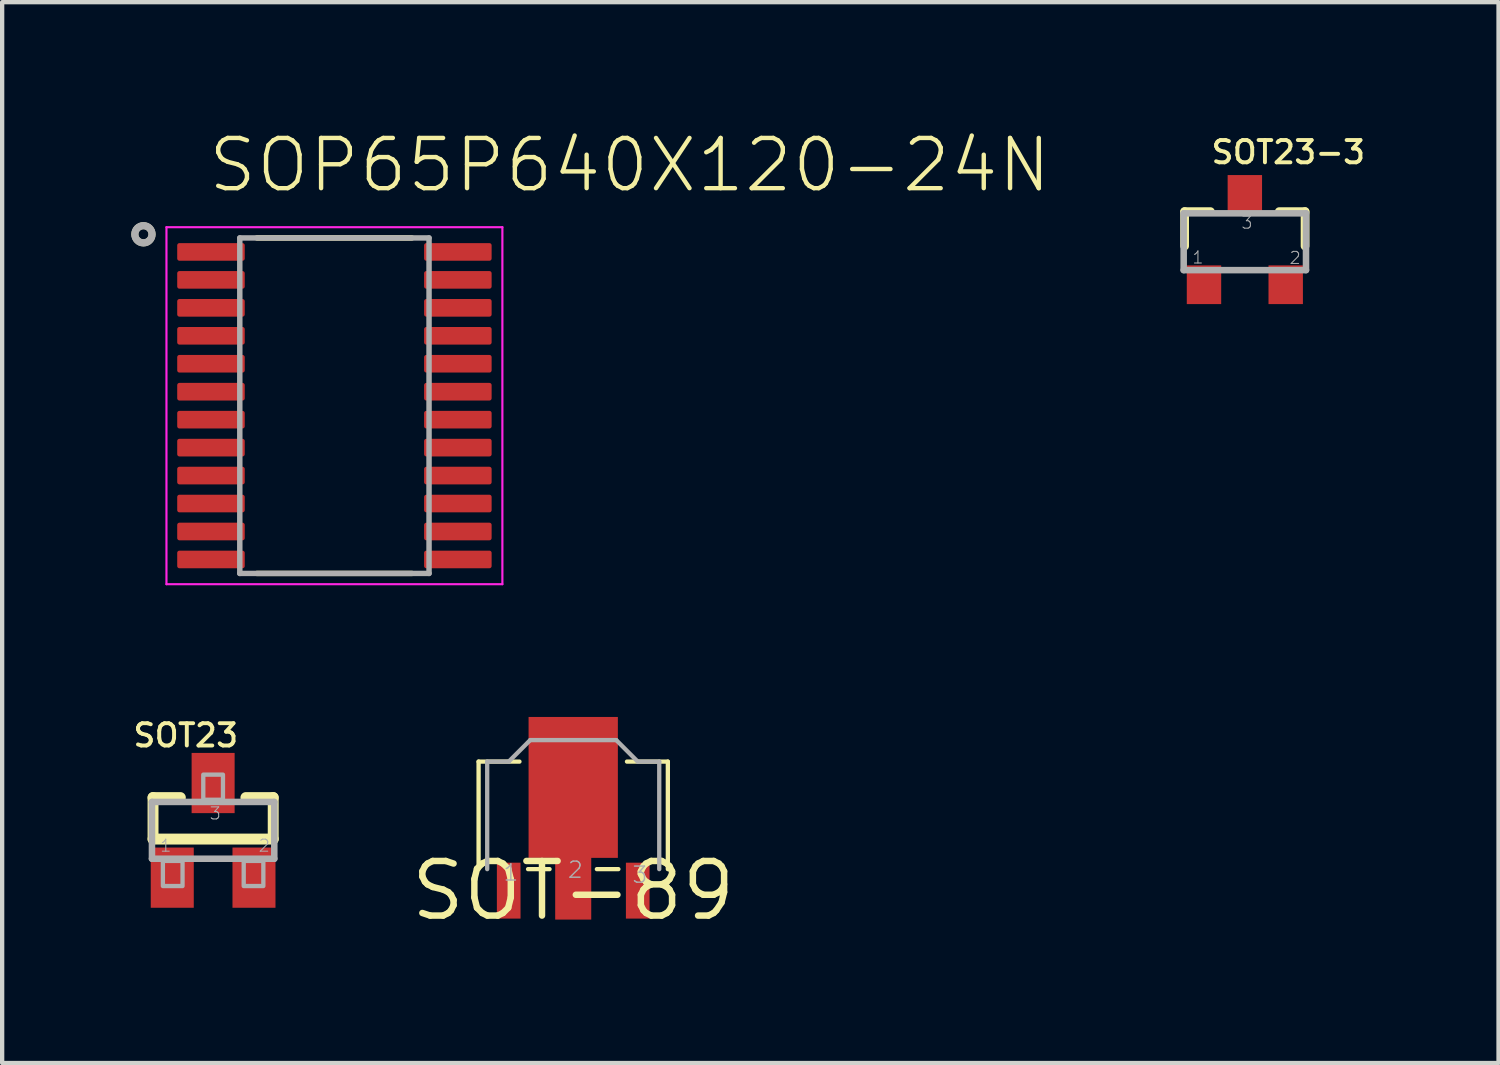
<source format=kicad_pcb>
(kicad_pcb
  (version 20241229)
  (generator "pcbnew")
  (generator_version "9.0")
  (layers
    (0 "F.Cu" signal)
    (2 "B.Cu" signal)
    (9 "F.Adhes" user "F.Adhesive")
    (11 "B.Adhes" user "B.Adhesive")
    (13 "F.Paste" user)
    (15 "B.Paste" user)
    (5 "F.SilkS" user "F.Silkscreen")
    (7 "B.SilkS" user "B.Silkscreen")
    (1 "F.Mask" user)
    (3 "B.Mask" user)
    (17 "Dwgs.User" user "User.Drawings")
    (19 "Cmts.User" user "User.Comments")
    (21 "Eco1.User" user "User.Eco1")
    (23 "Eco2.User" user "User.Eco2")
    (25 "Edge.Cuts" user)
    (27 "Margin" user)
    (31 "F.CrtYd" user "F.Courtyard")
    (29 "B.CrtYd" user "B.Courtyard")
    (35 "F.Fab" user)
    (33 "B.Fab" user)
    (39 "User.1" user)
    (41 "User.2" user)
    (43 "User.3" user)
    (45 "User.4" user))
  (footprint "SOP65P640X120-24N"
    (layer "F.Cu")
    (at 4.725 6.382)
    (property "Reference" "SOP65P640X120-24N" (at -2.991 -4.909 0) (layer "F.SilkS") (effects (font (size 1.168 1.168) (thickness 0.102)) (justify left bottom)))
    (fp_line (start -1.8 -3.9) (end 1.8 -3.9) (stroke (width 0.127) (type solid)) (layer "F.SilkS"))
    (fp_line (start -1.8 3.9) (end 1.8 3.9) (stroke (width 0.127) (type solid)) (layer "F.SilkS"))
    (fp_circle (center -4.44 -3.985) (end -4.24 -3.985) (stroke (width 0.16) (type solid)) (fill no) (layer "F.SilkS"))
    (fp_line (start -3.905 -4.15) (end -3.905 4.15) (stroke (width 0.05) (type solid)) (layer "F.CrtYd"))
    (fp_line (start -3.905 -4.15) (end 3.905 -4.15) (stroke (width 0.05) (type solid)) (layer "F.CrtYd"))
    (fp_line (start -3.905 4.15) (end 3.905 4.15) (stroke (width 0.05) (type solid)) (layer "F.CrtYd"))
    (fp_line (start 3.905 -4.15) (end 3.905 4.15) (stroke (width 0.05) (type solid)) (layer "F.CrtYd"))
    (fp_line (start -2.2 -3.9) (end -2.2 3.9) (stroke (width 0.127) (type solid)) (layer "F.Fab"))
    (fp_line (start -2.2 -3.9) (end 2.2 -3.9) (stroke (width 0.127) (type solid)) (layer "F.Fab"))
    (fp_line (start -2.2 3.9) (end 2.2 3.9) (stroke (width 0.127) (type solid)) (layer "F.Fab"))
    (fp_line (start 2.2 -3.9) (end 2.2 3.9) (stroke (width 0.127) (type solid)) (layer "F.Fab"))
    (fp_circle (center -4.44 -3.985) (end -4.24 -3.985) (stroke (width 0.17) (type solid)) (fill no) (layer "F.Fab"))
    (pad "1" smd roundrect (at -2.87 -3.575) (size 1.57 0.41) (layers "F.Cu" "F.Mask" "F.Paste") (roundrect_rratio 0.125))
    (pad "2" smd roundrect (at -2.87 -2.925) (size 1.57 0.41) (layers "F.Cu" "F.Mask" "F.Paste") (roundrect_rratio 0.125))
    (pad "3" smd roundrect (at -2.87 -2.275) (size 1.57 0.41) (layers "F.Cu" "F.Mask" "F.Paste") (roundrect_rratio 0.125))
    (pad "4" smd roundrect (at -2.87 -1.625) (size 1.57 0.41) (layers "F.Cu" "F.Mask" "F.Paste") (roundrect_rratio 0.125))
    (pad "5" smd roundrect (at -2.87 -0.975) (size 1.57 0.41) (layers "F.Cu" "F.Mask" "F.Paste") (roundrect_rratio 0.125))
    (pad "6" smd roundrect (at -2.87 -0.325) (size 1.57 0.41) (layers "F.Cu" "F.Mask" "F.Paste") (roundrect_rratio 0.125))
    (pad "7" smd roundrect (at -2.87 0.325) (size 1.57 0.41) (layers "F.Cu" "F.Mask" "F.Paste") (roundrect_rratio 0.125))
    (pad "8" smd roundrect (at -2.87 0.975) (size 1.57 0.41) (layers "F.Cu" "F.Mask" "F.Paste") (roundrect_rratio 0.125))
    (pad "9" smd roundrect (at -2.87 1.625) (size 1.57 0.41) (layers "F.Cu" "F.Mask" "F.Paste") (roundrect_rratio 0.125))
    (pad "10" smd roundrect (at -2.87 2.275) (size 1.57 0.41) (layers "F.Cu" "F.Mask" "F.Paste") (roundrect_rratio 0.125))
    (pad "11" smd roundrect (at -2.87 2.925) (size 1.57 0.41) (layers "F.Cu" "F.Mask" "F.Paste") (roundrect_rratio 0.125))
    (pad "12" smd roundrect (at -2.87 3.575) (size 1.57 0.41) (layers "F.Cu" "F.Mask" "F.Paste") (roundrect_rratio 0.125))
    (pad "13" smd roundrect (at 2.87 3.575) (size 1.57 0.41) (layers "F.Cu" "F.Mask" "F.Paste") (roundrect_rratio 0.125))
    (pad "14" smd roundrect (at 2.87 2.925) (size 1.57 0.41) (layers "F.Cu" "F.Mask" "F.Paste") (roundrect_rratio 0.125))
    (pad "15" smd roundrect (at 2.87 2.275) (size 1.57 0.41) (layers "F.Cu" "F.Mask" "F.Paste") (roundrect_rratio 0.125))
    (pad "16" smd roundrect (at 2.87 1.625) (size 1.57 0.41) (layers "F.Cu" "F.Mask" "F.Paste") (roundrect_rratio 0.125))
    (pad "17" smd roundrect (at 2.87 0.975) (size 1.57 0.41) (layers "F.Cu" "F.Mask" "F.Paste") (roundrect_rratio 0.125))
    (pad "18" smd roundrect (at 2.87 0.325) (size 1.57 0.41) (layers "F.Cu" "F.Mask" "F.Paste") (roundrect_rratio 0.125))
    (pad "19" smd roundrect (at 2.87 -0.325) (size 1.57 0.41) (layers "F.Cu" "F.Mask" "F.Paste") (roundrect_rratio 0.125))
    (pad "20" smd roundrect (at 2.87 -0.975) (size 1.57 0.41) (layers "F.Cu" "F.Mask" "F.Paste") (roundrect_rratio 0.125))
    (pad "21" smd roundrect (at 2.87 -1.625) (size 1.57 0.41) (layers "F.Cu" "F.Mask" "F.Paste") (roundrect_rratio 0.125))
    (pad "22" smd roundrect (at 2.87 -2.275) (size 1.57 0.41) (layers "F.Cu" "F.Mask" "F.Paste") (roundrect_rratio 0.125))
    (pad "23" smd roundrect (at 2.87 -2.925) (size 1.57 0.41) (layers "F.Cu" "F.Mask" "F.Paste") (roundrect_rratio 0.125))
    (pad "24" smd roundrect (at 2.87 -3.575) (size 1.57 0.41) (layers "F.Cu" "F.Mask" "F.Paste") (roundrect_rratio 0.125)))
  (footprint "SOT23"
    (layer "F.Cu")
    (at 1.905 16.255)
    (property "Reference" "SOT23" (at -1.905 -1.905 0) (layer "F.SilkS") (effects (font (size 0.518 0.518) (thickness 0.091)) (justify left bottom)))
    (fp_line (start -1.397 -0.762) (end -0.762 -0.762) (stroke (width 0.254) (type solid)) (layer "F.SilkS"))
    (fp_line (start -1.397 0.203) (end -1.397 -0.762) (stroke (width 0.254) (type solid)) (layer "F.SilkS"))
    (fp_line (start -1.397 0.203) (end 1.397 0.203) (stroke (width 0.254) (type solid)) (layer "F.SilkS"))
    (fp_line (start 0.762 -0.762) (end 1.397 -0.762) (stroke (width 0.254) (type solid)) (layer "F.SilkS"))
    (fp_line (start 1.397 -0.762) (end 1.397 0.203) (stroke (width 0.254) (type solid)) (layer "F.SilkS"))
    (fp_line (start -1.422 -0.66) (end 1.422 -0.66) (stroke (width 0.152) (type solid)) (layer "F.Fab"))
    (fp_line (start -1.422 0.66) (end -1.422 -0.66) (stroke (width 0.152) (type solid)) (layer "F.Fab"))
    (fp_line (start 1.422 -0.66) (end 1.422 0.66) (stroke (width 0.152) (type solid)) (layer "F.Fab"))
    (fp_line (start 1.422 0.66) (end -1.422 0.66) (stroke (width 0.152) (type solid)) (layer "F.Fab"))
    (fp_poly (pts (xy -1.168 1.295) (xy -0.711 1.295) (xy -0.711 0.711) (xy -1.168 0.711)) (stroke (width 0.1) (type solid)) (fill no) (layer "F.Fab"))
    (fp_poly (pts (xy -0.229 -0.711) (xy 0.229 -0.711) (xy 0.229 -1.295) (xy -0.229 -1.295)) (stroke (width 0.1) (type solid)) (fill no) (layer "F.Fab"))
    (fp_poly (pts (xy 0.711 1.295) (xy 1.168 1.295) (xy 1.168 0.711) (xy 0.711 0.711)) (stroke (width 0.1) (type solid)) (fill no) (layer "F.Fab"))
    (fp_text user "2" (at 1.04 0.52 0) (layer "F.Fab") (effects (font (size 0.28 0.28) (thickness 0.024)) (justify left bottom)))
    (fp_text user "1" (at -1.25 0.52 0) (layer "F.Fab") (effects (font (size 0.28 0.28) (thickness 0.024)) (justify left bottom)))
    (fp_text user "3" (at -0.1 -0.23 0) (layer "F.Fab") (effects (font (size 0.28 0.28) (thickness 0.024)) (justify left bottom)))
    (pad "1" smd rect (at -0.95 1.1) (size 1 1.4) (layers "F.Cu" "F.Mask" "F.Paste"))
    (pad "2" smd rect (at 0.95 1.1) (size 1 1.4) (layers "F.Cu" "F.Mask" "F.Paste"))
    (pad "3" smd rect (at 0 -1.1) (size 1 1.4) (layers "F.Cu" "F.Mask" "F.Paste")))
  (footprint "SOT23-3"
    (layer "F.Cu")
    (at 25.892 2.57)
    (property "Reference" "SOT23-3" (at -0.826 -1.778 0) (layer "F.SilkS") (effects (font (size 0.518 0.518) (thickness 0.091)) (justify left bottom)))
    (fp_line (start -1.4 -0.7) (end -1.4 0.1) (stroke (width 0.203) (type solid)) (layer "F.SilkS"))
    (fp_line (start -0.8 -0.7) (end -1.4 -0.7) (stroke (width 0.203) (type solid)) (layer "F.SilkS"))
    (fp_line (start 0.8 -0.7) (end 1.4 -0.7) (stroke (width 0.203) (type solid)) (layer "F.SilkS"))
    (fp_line (start 1.4 -0.7) (end 1.4 0.1) (stroke (width 0.203) (type solid)) (layer "F.SilkS"))
    (fp_line (start -1.422 -0.66) (end 1.422 -0.66) (stroke (width 0.152) (type solid)) (layer "F.Fab"))
    (fp_line (start -1.422 0.66) (end -1.422 -0.66) (stroke (width 0.152) (type solid)) (layer "F.Fab"))
    (fp_line (start 1.422 -0.66) (end 1.422 0.66) (stroke (width 0.152) (type solid)) (layer "F.Fab"))
    (fp_line (start 1.422 0.66) (end -1.422 0.66) (stroke (width 0.152) (type solid)) (layer "F.Fab"))
    (fp_text user "2" (at 1.02 0.54 0) (layer "F.Fab") (effects (font (size 0.28 0.28) (thickness 0.024)) (justify left bottom)))
    (fp_text user "1" (at -1.24 0.53 0) (layer "F.Fab") (effects (font (size 0.28 0.28) (thickness 0.024)) (justify left bottom)))
    (fp_text user "3" (at -0.1 -0.28 0) (layer "F.Fab") (effects (font (size 0.28 0.28) (thickness 0.024)) (justify left bottom)))
    (pad "1" smd rect (at -0.95 1) (size 0.8 0.9) (layers "F.Cu" "F.Mask" "F.Paste"))
    (pad "2" smd rect (at 0.95 1) (size 0.8 0.9) (layers "F.Cu" "F.Mask" "F.Paste"))
    (pad "3" smd rect (at 0 -1.1) (size 0.8 0.9) (layers "F.Cu" "F.Mask" "F.Paste")))
  (footprint "SOT-89"
    (layer "F.Cu")
    (at 10.277 17.657)
    (property "Reference" "SOT-89" (at 0 0 0) (layer "F.SilkS") (effects (font (size 1.27 1.27) (thickness 0.15))))
    (fp_poly (pts (xy 1.038 -0.762) (xy 0.419 -0.762) (xy 0.419 0.673) (xy -0.419 0.673) (xy -0.419 -0.762) (xy -1.038 -0.762) (xy -1.038 -4.038) (xy 1.038 -4.038)) (stroke (width 0) (type solid)) (fill yes) (layer "F.Cu"))
    (fp_poly (pts (xy 1.1 -0.73) (xy -1.1 -0.73) (xy -1.1 -4.1) (xy 1.1 -4.1)) (stroke (width 0) (type solid)) (fill yes) (layer "F.Mask"))
    (fp_line (start -2.2 -3) (end -1.25 -3) (stroke (width 0.1) (type solid)) (layer "F.SilkS"))
    (fp_line (start -2.2 -0.5) (end -2.2 -3) (stroke (width 0.1) (type solid)) (layer "F.SilkS"))
    (fp_line (start -1.05 -0.5) (end -0.55 -0.5) (stroke (width 0.1) (type solid)) (layer "F.SilkS"))
    (fp_line (start 1.05 -0.5) (end 0.55 -0.5) (stroke (width 0.1) (type solid)) (layer "F.SilkS"))
    (fp_line (start 1.25 -3) (end 2.2 -3) (stroke (width 0.1) (type solid)) (layer "F.SilkS"))
    (fp_line (start 2.2 -3) (end 2.2 -0.5) (stroke (width 0.1) (type solid)) (layer "F.SilkS"))
    (fp_poly (pts (xy -0.9 -3) (xy 0.9 -3) (xy 0.9 -3.9) (xy -0.9 -3.9)) (stroke (width 0) (type solid)) (fill yes) (layer "F.Paste"))
    (fp_poly (pts (xy -0.9 -2) (xy 0.9 -2) (xy 0.9 -2.9) (xy -0.9 -2.9)) (stroke (width 0) (type solid)) (fill yes) (layer "F.Paste"))
    (fp_poly (pts (xy -0.9 -1) (xy 0.9 -1) (xy 0.9 -1.9) (xy -0.9 -1.9)) (stroke (width 0) (type solid)) (fill yes) (layer "F.Paste"))
    (fp_line (start -2 -3) (end -1.5 -3) (stroke (width 0.1) (type solid)) (layer "F.Fab"))
    (fp_line (start -2 -0.5) (end -2 -3) (stroke (width 0.1) (type solid)) (layer "F.Fab"))
    (fp_line (start -1.5 -3) (end -1 -3.5) (stroke (width 0.1) (type solid)) (layer "F.Fab"))
    (fp_line (start -1 -3.5) (end 1 -3.5) (stroke (width 0.1) (type solid)) (layer "F.Fab"))
    (fp_line (start 1 -3.5) (end 1.5 -3) (stroke (width 0.1) (type solid)) (layer "F.Fab"))
    (fp_line (start 1.5 -3) (end 2 -3) (stroke (width 0.1) (type solid)) (layer "F.Fab"))
    (fp_line (start 2 -3) (end 2 -0.5) (stroke (width 0.1) (type solid)) (layer "F.Fab"))
    (fp_text user "2" (at -0.15 -0.265 0) (layer "F.Fab") (effects (font (size 0.374 0.374) (thickness 0.033)) (justify left bottom)))
    (fp_text user "1" (at -1.65 -0.2 0) (layer "F.Fab") (effects (font (size 0.374 0.374) (thickness 0.033)) (justify left bottom)))
    (fp_text user "3" (at 1.35 -0.15 0) (layer "F.Fab") (effects (font (size 0.374 0.374) (thickness 0.033)) (justify left bottom)))
    (pad "P$1" smd rect (at -1.5 0 90) (size 1.3 0.55) (layers "F.Cu" "F.Mask" "F.Paste"))
    (pad "P$2" smd rect (at 0 -0.087 90) (size 1.47 0.8) (layers "F.Cu" "F.Mask" "F.Paste"))
    (pad "P$3" smd rect (at 1.5 0 90) (size 1.3 0.55) (layers "F.Cu" "F.Mask" "F.Paste")))
  (gr_rect
    (start -3 -3)
    (end 31.79 21.664)
    (stroke (width 0.1) (type default))
    (fill no)
    (layer "Edge.Cuts")))
</source>
